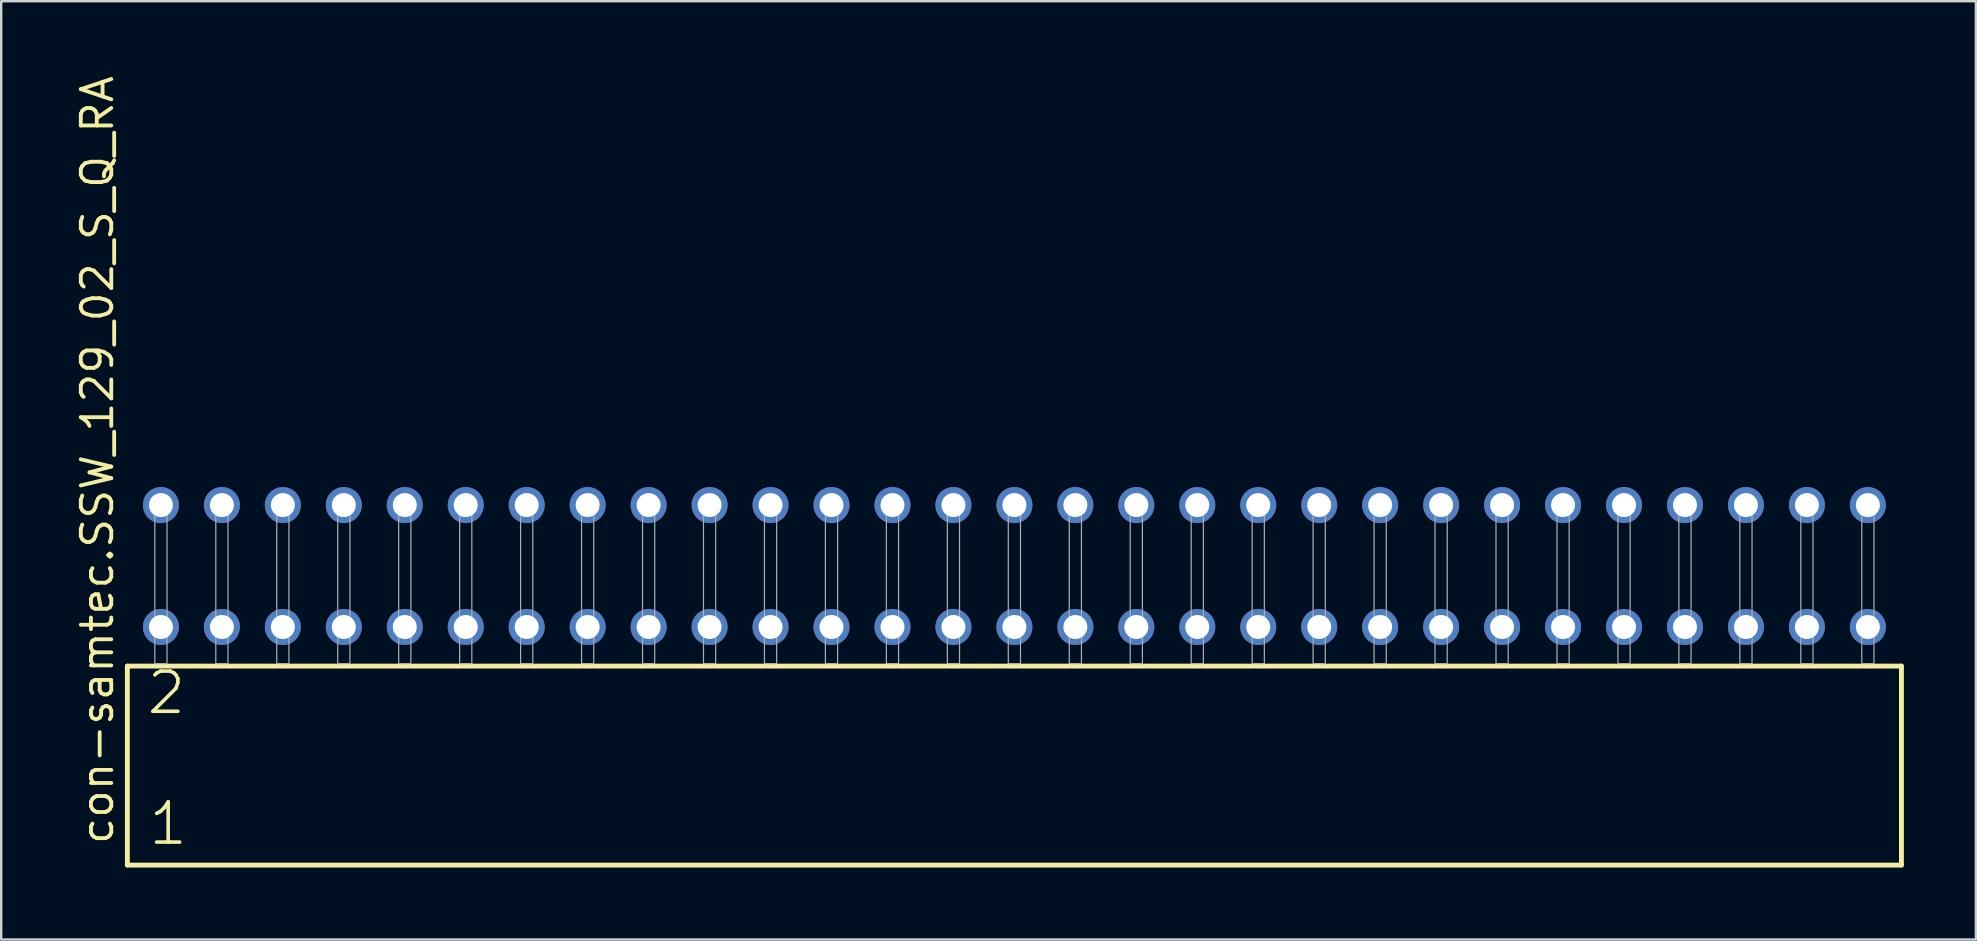
<source format=kicad_pcb>
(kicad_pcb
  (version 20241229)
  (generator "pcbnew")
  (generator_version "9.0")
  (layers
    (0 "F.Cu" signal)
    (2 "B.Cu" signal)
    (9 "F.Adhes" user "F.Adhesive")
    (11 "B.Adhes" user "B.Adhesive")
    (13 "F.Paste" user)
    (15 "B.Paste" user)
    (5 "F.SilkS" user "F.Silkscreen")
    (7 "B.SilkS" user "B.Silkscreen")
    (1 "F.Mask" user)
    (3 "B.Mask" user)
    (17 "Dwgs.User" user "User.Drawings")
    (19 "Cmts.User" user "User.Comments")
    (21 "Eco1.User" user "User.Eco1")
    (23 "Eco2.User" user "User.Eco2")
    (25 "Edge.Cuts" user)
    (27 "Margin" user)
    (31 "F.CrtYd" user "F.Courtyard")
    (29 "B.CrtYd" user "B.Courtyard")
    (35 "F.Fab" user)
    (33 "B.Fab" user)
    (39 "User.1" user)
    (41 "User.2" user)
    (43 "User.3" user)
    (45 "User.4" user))
  (footprint "con-samtec.SSW_129_02_S_Q_RA"
    (layer "F.Cu")
    (at 39.215 24.598)
    (property "Reference" "con-samtec.SSW_129_02_S_Q_RA" (at -37.465 7.62 90) (layer "F.SilkS") (effects (font (size 1.27 1.27) (thickness 0.16)) (justify left bottom)))
    (attr through_hole)
    (fp_line (start -36.959 0.106) (end -36.959 8.396) (stroke (width 0.203) (type default)) (layer "F.SilkS"))
    (fp_line (start -36.959 8.396) (end 36.959 8.396) (stroke (width 0.203) (type default)) (layer "F.SilkS"))
    (fp_line (start 36.959 0.106) (end -36.959 0.106) (stroke (width 0.203) (type default)) (layer "F.SilkS"))
    (fp_line (start 36.959 8.396) (end 36.959 0.106) (stroke (width 0.203) (type default)) (layer "F.SilkS"))
    (fp_rect (start -35.814 0) (end -35.306 -6.858) (stroke (width 0.05) (type default)) (fill no) (layer "F.Fab"))
    (fp_rect (start -33.274 0) (end -32.766 -6.858) (stroke (width 0.05) (type default)) (fill no) (layer "F.Fab"))
    (fp_rect (start -30.734 0) (end -30.226 -6.858) (stroke (width 0.05) (type default)) (fill no) (layer "F.Fab"))
    (fp_rect (start -28.194 0) (end -27.686 -6.858) (stroke (width 0.05) (type default)) (fill no) (layer "F.Fab"))
    (fp_rect (start -25.654 0) (end -25.146 -6.858) (stroke (width 0.05) (type default)) (fill no) (layer "F.Fab"))
    (fp_rect (start -23.114 0) (end -22.606 -6.858) (stroke (width 0.05) (type default)) (fill no) (layer "F.Fab"))
    (fp_rect (start -20.574 0) (end -20.066 -6.858) (stroke (width 0.05) (type default)) (fill no) (layer "F.Fab"))
    (fp_rect (start -18.034 0) (end -17.526 -6.858) (stroke (width 0.05) (type default)) (fill no) (layer "F.Fab"))
    (fp_rect (start -15.494 0) (end -14.986 -6.858) (stroke (width 0.05) (type default)) (fill no) (layer "F.Fab"))
    (fp_rect (start -12.954 0) (end -12.446 -6.858) (stroke (width 0.05) (type default)) (fill no) (layer "F.Fab"))
    (fp_rect (start -10.414 0) (end -9.906 -6.858) (stroke (width 0.05) (type default)) (fill no) (layer "F.Fab"))
    (fp_rect (start -7.874 0) (end -7.366 -6.858) (stroke (width 0.05) (type default)) (fill no) (layer "F.Fab"))
    (fp_rect (start -5.334 0) (end -4.826 -6.858) (stroke (width 0.05) (type default)) (fill no) (layer "F.Fab"))
    (fp_rect (start -2.794 0) (end -2.286 -6.858) (stroke (width 0.05) (type default)) (fill no) (layer "F.Fab"))
    (fp_rect (start -0.254 0) (end 0.254 -6.858) (stroke (width 0.05) (type default)) (fill no) (layer "F.Fab"))
    (fp_rect (start 2.286 0) (end 2.794 -6.858) (stroke (width 0.05) (type default)) (fill no) (layer "F.Fab"))
    (fp_rect (start 4.826 0) (end 5.334 -6.858) (stroke (width 0.05) (type default)) (fill no) (layer "F.Fab"))
    (fp_rect (start 7.366 0) (end 7.874 -6.858) (stroke (width 0.05) (type default)) (fill no) (layer "F.Fab"))
    (fp_rect (start 9.906 0) (end 10.414 -6.858) (stroke (width 0.05) (type default)) (fill no) (layer "F.Fab"))
    (fp_rect (start 12.446 0) (end 12.954 -6.858) (stroke (width 0.05) (type default)) (fill no) (layer "F.Fab"))
    (fp_rect (start 14.986 0) (end 15.494 -6.858) (stroke (width 0.05) (type default)) (fill no) (layer "F.Fab"))
    (fp_rect (start 17.526 0) (end 18.034 -6.858) (stroke (width 0.05) (type default)) (fill no) (layer "F.Fab"))
    (fp_rect (start 20.066 0) (end 20.574 -6.858) (stroke (width 0.05) (type default)) (fill no) (layer "F.Fab"))
    (fp_rect (start 22.606 0) (end 23.114 -6.858) (stroke (width 0.05) (type default)) (fill no) (layer "F.Fab"))
    (fp_rect (start 25.146 0) (end 25.654 -6.858) (stroke (width 0.05) (type default)) (fill no) (layer "F.Fab"))
    (fp_rect (start 27.686 0) (end 28.194 -6.858) (stroke (width 0.05) (type default)) (fill no) (layer "F.Fab"))
    (fp_rect (start 30.226 0) (end 30.734 -6.858) (stroke (width 0.05) (type default)) (fill no) (layer "F.Fab"))
    (fp_rect (start 32.766 0) (end 33.274 -6.858) (stroke (width 0.05) (type default)) (fill no) (layer "F.Fab"))
    (fp_rect (start 35.306 0) (end 35.814 -6.858) (stroke (width 0.05) (type default)) (fill no) (layer "F.Fab"))
    (fp_text user "1" (at -36.155 7.65 0) (layer "F.SilkS") (effects (font (size 1.676 1.676) (thickness 0.15)) (justify left bottom)))
    (fp_text user "2" (at -36.23 2.2 0) (layer "F.SilkS") (effects (font (size 1.676 1.676) (thickness 0.15)) (justify left bottom)))
    (pad "1" thru_hole circle (at -35.56 -1.524) (size 1.5 1.5) (drill 1) (layers "*.Cu" "*.Mask"))
    (pad "2" thru_hole circle (at -35.56 -6.604) (size 1.5 1.5) (drill 1) (layers "*.Cu" "*.Mask"))
    (pad "3" thru_hole circle (at -33.02 -1.524) (size 1.5 1.5) (drill 1) (layers "*.Cu" "*.Mask"))
    (pad "4" thru_hole circle (at -33.02 -6.604) (size 1.5 1.5) (drill 1) (layers "*.Cu" "*.Mask"))
    (pad "5" thru_hole circle (at -30.48 -1.524) (size 1.5 1.5) (drill 1) (layers "*.Cu" "*.Mask"))
    (pad "6" thru_hole circle (at -30.48 -6.604) (size 1.5 1.5) (drill 1) (layers "*.Cu" "*.Mask"))
    (pad "7" thru_hole circle (at -27.94 -1.524) (size 1.5 1.5) (drill 1) (layers "*.Cu" "*.Mask"))
    (pad "8" thru_hole circle (at -27.94 -6.604) (size 1.5 1.5) (drill 1) (layers "*.Cu" "*.Mask"))
    (pad "9" thru_hole circle (at -25.4 -1.524) (size 1.5 1.5) (drill 1) (layers "*.Cu" "*.Mask"))
    (pad "10" thru_hole circle (at -25.4 -6.604) (size 1.5 1.5) (drill 1) (layers "*.Cu" "*.Mask"))
    (pad "11" thru_hole circle (at -22.86 -1.524) (size 1.5 1.5) (drill 1) (layers "*.Cu" "*.Mask"))
    (pad "12" thru_hole circle (at -22.86 -6.604) (size 1.5 1.5) (drill 1) (layers "*.Cu" "*.Mask"))
    (pad "13" thru_hole circle (at -20.32 -1.524) (size 1.5 1.5) (drill 1) (layers "*.Cu" "*.Mask"))
    (pad "14" thru_hole circle (at -20.32 -6.604) (size 1.5 1.5) (drill 1) (layers "*.Cu" "*.Mask"))
    (pad "15" thru_hole circle (at -17.78 -1.524) (size 1.5 1.5) (drill 1) (layers "*.Cu" "*.Mask"))
    (pad "16" thru_hole circle (at -17.78 -6.604) (size 1.5 1.5) (drill 1) (layers "*.Cu" "*.Mask"))
    (pad "17" thru_hole circle (at -15.24 -1.524) (size 1.5 1.5) (drill 1) (layers "*.Cu" "*.Mask"))
    (pad "18" thru_hole circle (at -15.24 -6.604) (size 1.5 1.5) (drill 1) (layers "*.Cu" "*.Mask"))
    (pad "19" thru_hole circle (at -12.7 -1.524) (size 1.5 1.5) (drill 1) (layers "*.Cu" "*.Mask"))
    (pad "20" thru_hole circle (at -12.7 -6.604) (size 1.5 1.5) (drill 1) (layers "*.Cu" "*.Mask"))
    (pad "21" thru_hole circle (at -10.16 -1.524) (size 1.5 1.5) (drill 1) (layers "*.Cu" "*.Mask"))
    (pad "22" thru_hole circle (at -10.16 -6.604) (size 1.5 1.5) (drill 1) (layers "*.Cu" "*.Mask"))
    (pad "23" thru_hole circle (at -7.62 -1.524) (size 1.5 1.5) (drill 1) (layers "*.Cu" "*.Mask"))
    (pad "24" thru_hole circle (at -7.62 -6.604) (size 1.5 1.5) (drill 1) (layers "*.Cu" "*.Mask"))
    (pad "25" thru_hole circle (at -5.08 -1.524) (size 1.5 1.5) (drill 1) (layers "*.Cu" "*.Mask"))
    (pad "26" thru_hole circle (at -5.08 -6.604) (size 1.5 1.5) (drill 1) (layers "*.Cu" "*.Mask"))
    (pad "27" thru_hole circle (at -2.54 -1.524) (size 1.5 1.5) (drill 1) (layers "*.Cu" "*.Mask"))
    (pad "28" thru_hole circle (at -2.54 -6.604) (size 1.5 1.5) (drill 1) (layers "*.Cu" "*.Mask"))
    (pad "29" thru_hole circle (at 0 -1.524) (size 1.5 1.5) (drill 1) (layers "*.Cu" "*.Mask"))
    (pad "30" thru_hole circle (at 0 -6.604) (size 1.5 1.5) (drill 1) (layers "*.Cu" "*.Mask"))
    (pad "31" thru_hole circle (at 2.54 -1.524) (size 1.5 1.5) (drill 1) (layers "*.Cu" "*.Mask"))
    (pad "32" thru_hole circle (at 2.54 -6.604) (size 1.5 1.5) (drill 1) (layers "*.Cu" "*.Mask"))
    (pad "33" thru_hole circle (at 5.08 -1.524) (size 1.5 1.5) (drill 1) (layers "*.Cu" "*.Mask"))
    (pad "34" thru_hole circle (at 5.08 -6.604) (size 1.5 1.5) (drill 1) (layers "*.Cu" "*.Mask"))
    (pad "35" thru_hole circle (at 7.62 -1.524) (size 1.5 1.5) (drill 1) (layers "*.Cu" "*.Mask"))
    (pad "36" thru_hole circle (at 7.62 -6.604) (size 1.5 1.5) (drill 1) (layers "*.Cu" "*.Mask"))
    (pad "37" thru_hole circle (at 10.16 -1.524) (size 1.5 1.5) (drill 1) (layers "*.Cu" "*.Mask"))
    (pad "38" thru_hole circle (at 10.16 -6.604) (size 1.5 1.5) (drill 1) (layers "*.Cu" "*.Mask"))
    (pad "39" thru_hole circle (at 12.7 -1.524) (size 1.5 1.5) (drill 1) (layers "*.Cu" "*.Mask"))
    (pad "40" thru_hole circle (at 12.7 -6.604) (size 1.5 1.5) (drill 1) (layers "*.Cu" "*.Mask"))
    (pad "41" thru_hole circle (at 15.24 -1.524) (size 1.5 1.5) (drill 1) (layers "*.Cu" "*.Mask"))
    (pad "42" thru_hole circle (at 15.24 -6.604) (size 1.5 1.5) (drill 1) (layers "*.Cu" "*.Mask"))
    (pad "43" thru_hole circle (at 17.78 -1.524) (size 1.5 1.5) (drill 1) (layers "*.Cu" "*.Mask"))
    (pad "44" thru_hole circle (at 17.78 -6.604) (size 1.5 1.5) (drill 1) (layers "*.Cu" "*.Mask"))
    (pad "45" thru_hole circle (at 20.32 -1.524) (size 1.5 1.5) (drill 1) (layers "*.Cu" "*.Mask"))
    (pad "46" thru_hole circle (at 20.32 -6.604) (size 1.5 1.5) (drill 1) (layers "*.Cu" "*.Mask"))
    (pad "47" thru_hole circle (at 22.86 -1.524) (size 1.5 1.5) (drill 1) (layers "*.Cu" "*.Mask"))
    (pad "48" thru_hole circle (at 22.86 -6.604) (size 1.5 1.5) (drill 1) (layers "*.Cu" "*.Mask"))
    (pad "49" thru_hole circle (at 25.4 -1.524) (size 1.5 1.5) (drill 1) (layers "*.Cu" "*.Mask"))
    (pad "50" thru_hole circle (at 25.4 -6.604) (size 1.5 1.5) (drill 1) (layers "*.Cu" "*.Mask"))
    (pad "51" thru_hole circle (at 27.94 -1.524) (size 1.5 1.5) (drill 1) (layers "*.Cu" "*.Mask"))
    (pad "52" thru_hole circle (at 27.94 -6.604) (size 1.5 1.5) (drill 1) (layers "*.Cu" "*.Mask"))
    (pad "53" thru_hole circle (at 30.48 -1.524) (size 1.5 1.5) (drill 1) (layers "*.Cu" "*.Mask"))
    (pad "54" thru_hole circle (at 30.48 -6.604) (size 1.5 1.5) (drill 1) (layers "*.Cu" "*.Mask"))
    (pad "55" thru_hole circle (at 33.02 -1.524) (size 1.5 1.5) (drill 1) (layers "*.Cu" "*.Mask"))
    (pad "56" thru_hole circle (at 33.02 -6.604) (size 1.5 1.5) (drill 1) (layers "*.Cu" "*.Mask"))
    (pad "57" thru_hole circle (at 35.56 -1.524) (size 1.5 1.5) (drill 1) (layers "*.Cu" "*.Mask"))
    (pad "58" thru_hole circle (at 35.56 -6.604) (size 1.5 1.5) (drill 1) (layers "*.Cu" "*.Mask")))
  (gr_rect
    (start -3 -3)
    (end 79.276 36.096)
    (stroke (width 0.1) (type default))
    (fill no)
    (layer "Edge.Cuts")))
</source>
